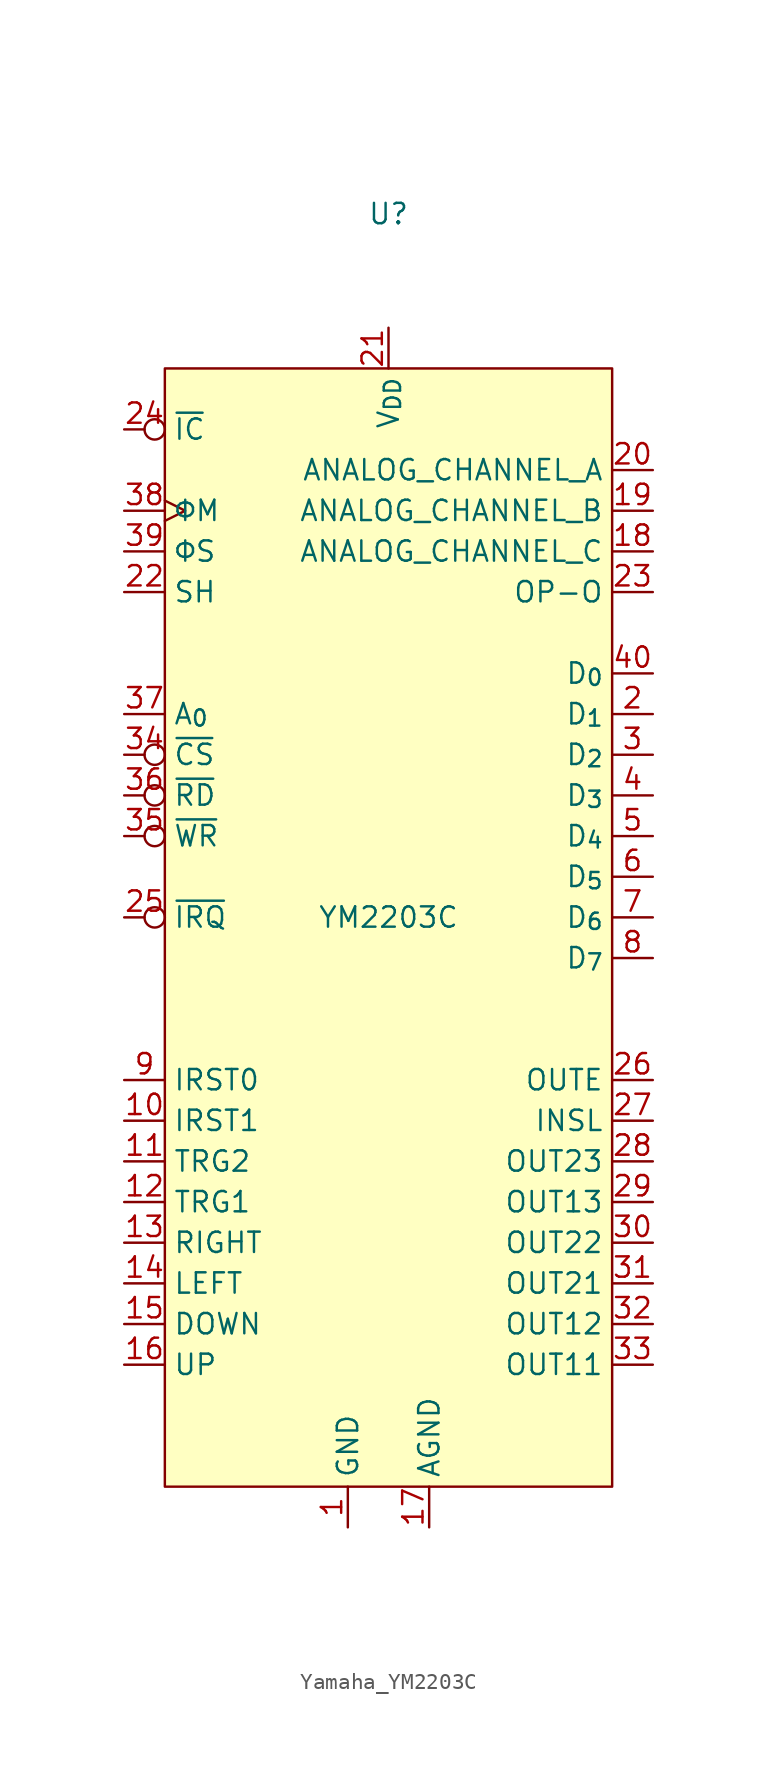
<source format=kicad_sym>
(kicad_symbol_lib
  (version 20241209)
  (generator "kicad_symbol_editor")
  (generator_version "9.0")
  (symbol "Yamaha_YM2203C"
    (property "Reference" "U"
      (at 0 43.942 0)
      (effects (font (size 1.27 1.27))))
    (property "Value" "YM2203C"
      (at 0 0 0)
      (effects (font (size 1.27 1.27))))
    (symbol "Yamaha_YM2203C_1_1"
      (rectangle (start -13.97 34.29) (end 13.97 -35.56) (stroke (width 0) (type solid)) (fill (type background)))
      (pin input inverted (at -16.51 30.48 0) (length 2.54) (name "~{IC}" (effects (font (size 1.27 1.27)))) (number "24" (effects (font (size 1.27 1.27)))))
      (pin input clock (at -16.51 25.4 0) (length 2.54) (name "ΦM" (effects (font (size 1.27 1.27)))) (number "38" (effects (font (size 1.27 1.27)))))
      (pin output line (at -16.51 22.86 0) (length 2.54) (name "ΦS" (effects (font (size 1.27 1.27)))) (number "39" (effects (font (size 1.27 1.27)))))
      (pin output line (at -16.51 20.32 0) (length 2.54) (name "SH" (effects (font (size 1.27 1.27)))) (number "22" (effects (font (size 1.27 1.27)))))
      (pin input line (at -16.51 12.7 0) (length 2.54) (name "A_{0}" (effects (font (size 1.27 1.27)))) (number "37" (effects (font (size 1.27 1.27)))))
      (pin input inverted (at -16.51 10.16 0) (length 2.54) (name "~{CS}" (effects (font (size 1.27 1.27)))) (number "34" (effects (font (size 1.27 1.27)))))
      (pin input inverted (at -16.51 7.62 0) (length 2.54) (name "~{RD}" (effects (font (size 1.27 1.27)))) (number "36" (effects (font (size 1.27 1.27)))))
      (pin input inverted (at -16.51 5.08 0) (length 2.54) (name "~{WR}" (effects (font (size 1.27 1.27)))) (number "35" (effects (font (size 1.27 1.27)))))
      (pin output inverted (at -16.51 0 0) (length 2.54) (name "~{IRQ}" (effects (font (size 1.27 1.27)))) (number "25" (effects (font (size 1.27 1.27)))))
      (pin input line (at -16.51 -10.16 0) (length 2.54) (name "IRST0" (effects (font (size 1.27 1.27)))) (number "9" (effects (font (size 1.27 1.27)))) (alternate "IOA_{7}" bidirectional line))
      (pin input line (at -16.51 -12.7 0) (length 2.54) (name "IRST1" (effects (font (size 1.27 1.27)))) (number "10" (effects (font (size 1.27 1.27)))) (alternate "IOA_{6}" bidirectional line))
      (pin input line (at -16.51 -15.24 0) (length 2.54) (name "TRG2" (effects (font (size 1.27 1.27)))) (number "11" (effects (font (size 1.27 1.27)))) (alternate "IOA_{5}" bidirectional line))
      (pin input line (at -16.51 -17.78 0) (length 2.54) (name "TRG1" (effects (font (size 1.27 1.27)))) (number "12" (effects (font (size 1.27 1.27)))) (alternate "IOA_{4}" bidirectional line))
      (pin input line (at -16.51 -20.32 0) (length 2.54) (name "RIGHT" (effects (font (size 1.27 1.27)))) (number "13" (effects (font (size 1.27 1.27)))) (alternate "IOA_{3}" bidirectional line))
      (pin input line (at -16.51 -22.86 0) (length 2.54) (name "LEFT" (effects (font (size 1.27 1.27)))) (number "14" (effects (font (size 1.27 1.27)))) (alternate "IOA_{2}" bidirectional line))
      (pin input line (at -16.51 -25.4 0) (length 2.54) (name "DOWN" (effects (font (size 1.27 1.27)))) (number "15" (effects (font (size 1.27 1.27)))) (alternate "IOA_{1}" bidirectional line))
      (pin input line (at -16.51 -27.94 0) (length 2.54) (name "UP" (effects (font (size 1.27 1.27)))) (number "16" (effects (font (size 1.27 1.27)))) (alternate "IOA_{0}" bidirectional line))
      (pin power_in line (at -2.54 -38.1 90) (length 2.54) (name "GND" (effects (font (size 1.27 1.27)))) (number "1" (effects (font (size 1.27 1.27)))))
      (pin power_in line (at 0 36.83 270) (length 2.54) (name "V_{DD}" (effects (font (size 1.27 1.27)))) (number "21" (effects (font (size 1.27 1.27)))))
      (pin power_in line (at 2.54 -38.1 90) (length 2.54) (name "AGND" (effects (font (size 1.27 1.27)))) (number "17" (effects (font (size 1.27 1.27)))))
      (pin output line (at 16.51 27.94 180) (length 2.54) (name "ANALOG_CHANNEL_A" (effects (font (size 1.27 1.27)))) (number "20" (effects (font (size 1.27 1.27)))))
      (pin output line (at 16.51 25.4 180) (length 2.54) (name "ANALOG_CHANNEL_B" (effects (font (size 1.27 1.27)))) (number "19" (effects (font (size 1.27 1.27)))))
      (pin output line (at 16.51 22.86 180) (length 2.54) (name "ANALOG_CHANNEL_C" (effects (font (size 1.27 1.27)))) (number "18" (effects (font (size 1.27 1.27)))))
      (pin output line (at 16.51 20.32 180) (length 2.54) (name "OP-O" (effects (font (size 1.27 1.27)))) (number "23" (effects (font (size 1.27 1.27)))))
      (pin bidirectional line (at 16.51 15.24 180) (length 2.54) (name "D_{0}" (effects (font (size 1.27 1.27)))) (number "40" (effects (font (size 1.27 1.27)))))
      (pin bidirectional line (at 16.51 12.7 180) (length 2.54) (name "D_{1}" (effects (font (size 1.27 1.27)))) (number "2" (effects (font (size 1.27 1.27)))))
      (pin bidirectional line (at 16.51 10.16 180) (length 2.54) (name "D_{2}" (effects (font (size 1.27 1.27)))) (number "3" (effects (font (size 1.27 1.27)))))
      (pin bidirectional line (at 16.51 7.62 180) (length 2.54) (name "D_{3}" (effects (font (size 1.27 1.27)))) (number "4" (effects (font (size 1.27 1.27)))))
      (pin bidirectional line (at 16.51 5.08 180) (length 2.54) (name "D_{4}" (effects (font (size 1.27 1.27)))) (number "5" (effects (font (size 1.27 1.27)))))
      (pin bidirectional line (at 16.51 2.54 180) (length 2.54) (name "D_{5}" (effects (font (size 1.27 1.27)))) (number "6" (effects (font (size 1.27 1.27)))))
      (pin bidirectional line (at 16.51 0 180) (length 2.54) (name "D_{6}" (effects (font (size 1.27 1.27)))) (number "7" (effects (font (size 1.27 1.27)))))
      (pin bidirectional line (at 16.51 -2.54 180) (length 2.54) (name "D_{7}" (effects (font (size 1.27 1.27)))) (number "8" (effects (font (size 1.27 1.27)))))
      (pin output line (at 16.51 -10.16 180) (length 2.54) (name "OUTE" (effects (font (size 1.27 1.27)))) (number "26" (effects (font (size 1.27 1.27)))))
      (pin output line (at 16.51 -12.7 180) (length 2.54) (name "INSL" (effects (font (size 1.27 1.27)))) (number "27" (effects (font (size 1.27 1.27)))))
      (pin output line (at 16.51 -15.24 180) (length 2.54) (name "OUT23" (effects (font (size 1.27 1.27)))) (number "28" (effects (font (size 1.27 1.27)))))
      (pin output line (at 16.51 -17.78 180) (length 2.54) (name "OUT13" (effects (font (size 1.27 1.27)))) (number "29" (effects (font (size 1.27 1.27)))))
      (pin output line (at 16.51 -20.32 180) (length 2.54) (name "OUT22" (effects (font (size 1.27 1.27)))) (number "30" (effects (font (size 1.27 1.27)))))
      (pin output line (at 16.51 -22.86 180) (length 2.54) (name "OUT21" (effects (font (size 1.27 1.27)))) (number "31" (effects (font (size 1.27 1.27)))))
      (pin output line (at 16.51 -25.4 180) (length 2.54) (name "OUT12" (effects (font (size 1.27 1.27)))) (number "32" (effects (font (size 1.27 1.27)))))
      (pin output line (at 16.51 -27.94 180) (length 2.54) (name "OUT11" (effects (font (size 1.27 1.27)))) (number "33" (effects (font (size 1.27 1.27))))))))
</source>
